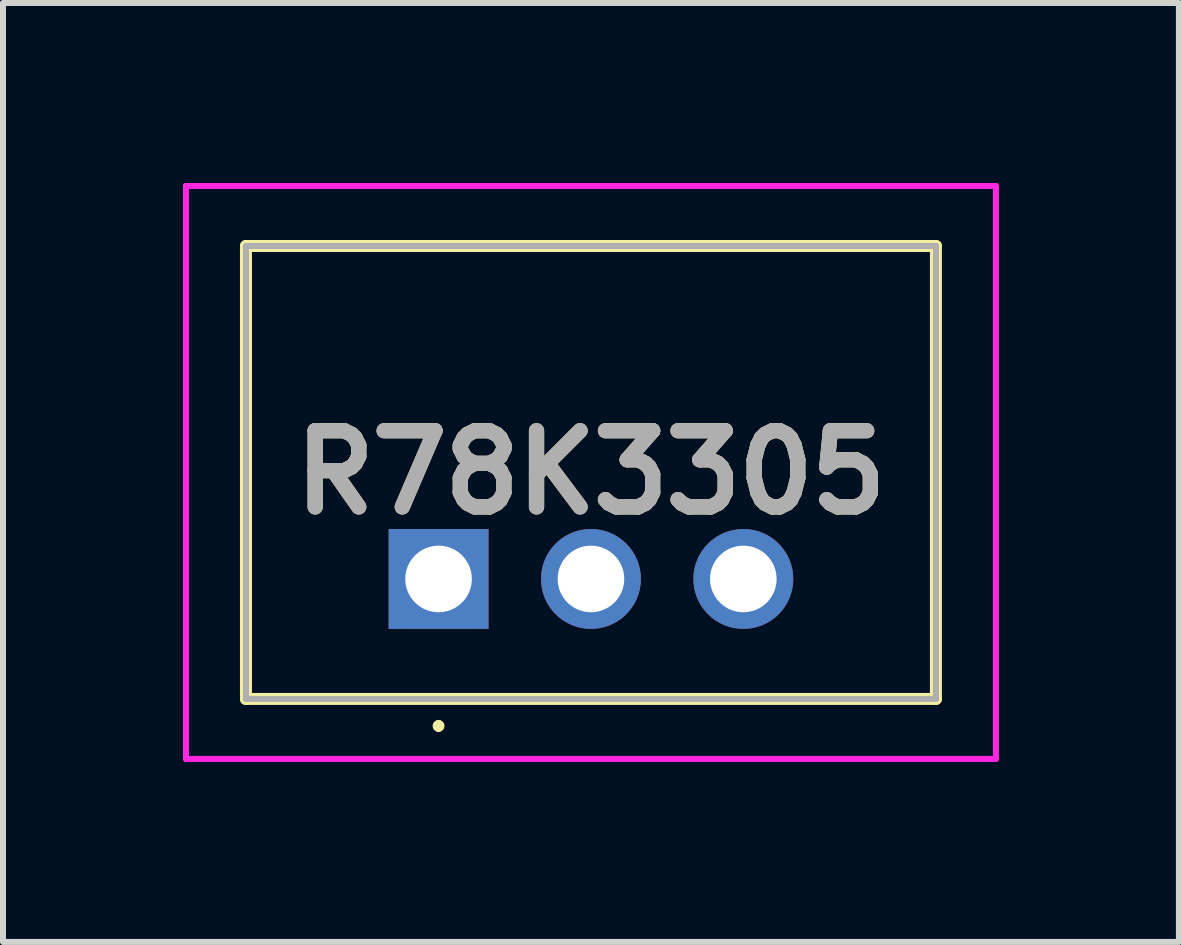
<source format=kicad_pcb>
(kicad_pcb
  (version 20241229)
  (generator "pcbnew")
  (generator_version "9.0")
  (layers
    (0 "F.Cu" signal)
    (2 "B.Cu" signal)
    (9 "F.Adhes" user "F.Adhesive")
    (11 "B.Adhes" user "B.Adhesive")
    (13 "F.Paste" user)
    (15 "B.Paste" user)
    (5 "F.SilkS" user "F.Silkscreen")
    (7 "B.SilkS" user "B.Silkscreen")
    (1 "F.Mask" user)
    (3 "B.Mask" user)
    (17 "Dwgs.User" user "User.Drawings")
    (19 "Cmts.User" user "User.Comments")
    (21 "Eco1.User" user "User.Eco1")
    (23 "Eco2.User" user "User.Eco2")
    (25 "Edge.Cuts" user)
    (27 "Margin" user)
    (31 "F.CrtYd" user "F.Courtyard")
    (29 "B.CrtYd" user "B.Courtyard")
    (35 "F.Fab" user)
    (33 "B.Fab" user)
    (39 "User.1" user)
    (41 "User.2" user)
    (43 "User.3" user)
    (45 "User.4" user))
  (footprint "R78K3305"
    (layer "F.Cu")
    (at 4.26 6.6)
    (property "Reference" "R78K3305" (at 2.54 -1.775 0) (layer "F.SilkS") (effects (font (size 1.27 1.27) (thickness 0.254))))
    (attr through_hole)
    (fp_line (start -3.21 -5.55) (end -3.21 2) (stroke (width 0.2) (type solid)) (layer "F.SilkS"))
    (fp_line (start -3.21 2) (end 8.29 2) (stroke (width 0.2) (type solid)) (layer "F.SilkS"))
    (fp_line (start 0 2.4) (end 0 2.4) (stroke (width 0.1) (type solid)) (layer "F.SilkS"))
    (fp_line (start 0 2.5) (end 0 2.5) (stroke (width 0.1) (type solid)) (layer "F.SilkS"))
    (fp_line (start 8.29 -5.55) (end -3.21 -5.55) (stroke (width 0.2) (type solid)) (layer "F.SilkS"))
    (fp_line (start 8.29 2) (end 8.29 -5.55) (stroke (width 0.2) (type solid)) (layer "F.SilkS"))
    (fp_arc (start 0 2.4) (mid 0.05 2.45) (end 0 2.5) (stroke (width 0.1) (type solid)) (layer "F.SilkS"))
    (fp_arc (start 0 2.5) (mid -0.05 2.45) (end 0 2.4) (stroke (width 0.1) (type solid)) (layer "F.SilkS"))
    (fp_line (start -4.21 -6.55) (end 9.29 -6.55) (stroke (width 0.1) (type solid)) (layer "F.CrtYd"))
    (fp_line (start -4.21 3) (end -4.21 -6.55) (stroke (width 0.1) (type solid)) (layer "F.CrtYd"))
    (fp_line (start 9.29 -6.55) (end 9.29 3) (stroke (width 0.1) (type solid)) (layer "F.CrtYd"))
    (fp_line (start 9.29 3) (end -4.21 3) (stroke (width 0.1) (type solid)) (layer "F.CrtYd"))
    (fp_line (start -3.21 -5.55) (end -3.21 2) (stroke (width 0.1) (type solid)) (layer "F.Fab"))
    (fp_line (start -3.21 2) (end 8.29 2) (stroke (width 0.1) (type solid)) (layer "F.Fab"))
    (fp_line (start 8.29 -5.55) (end -3.21 -5.55) (stroke (width 0.1) (type solid)) (layer "F.Fab"))
    (fp_line (start 8.29 2) (end 8.29 -5.55) (stroke (width 0.1) (type solid)) (layer "F.Fab"))
    (fp_text user "${REFERENCE}" (at 2.54 -1.775 0) (layer "F.Fab") (effects (font (size 1.27 1.27) (thickness 0.254))))
    (pad "1" thru_hole rect (at 0 0) (size 1.665 1.665) (drill 1.11) (layers "*.Cu" "*.Mask"))
    (pad "2" thru_hole circle (at 2.54 0) (size 1.665 1.665) (drill 1.11) (layers "*.Cu" "*.Mask"))
    (pad "3" thru_hole circle (at 5.08 0) (size 1.665 1.665) (drill 1.11) (layers "*.Cu" "*.Mask")))
  (gr_rect
    (start -3 -3)
    (end 16.6 12.65)
    (stroke (width 0.1) (type default))
    (fill no)
    (layer "Edge.Cuts")))
</source>
